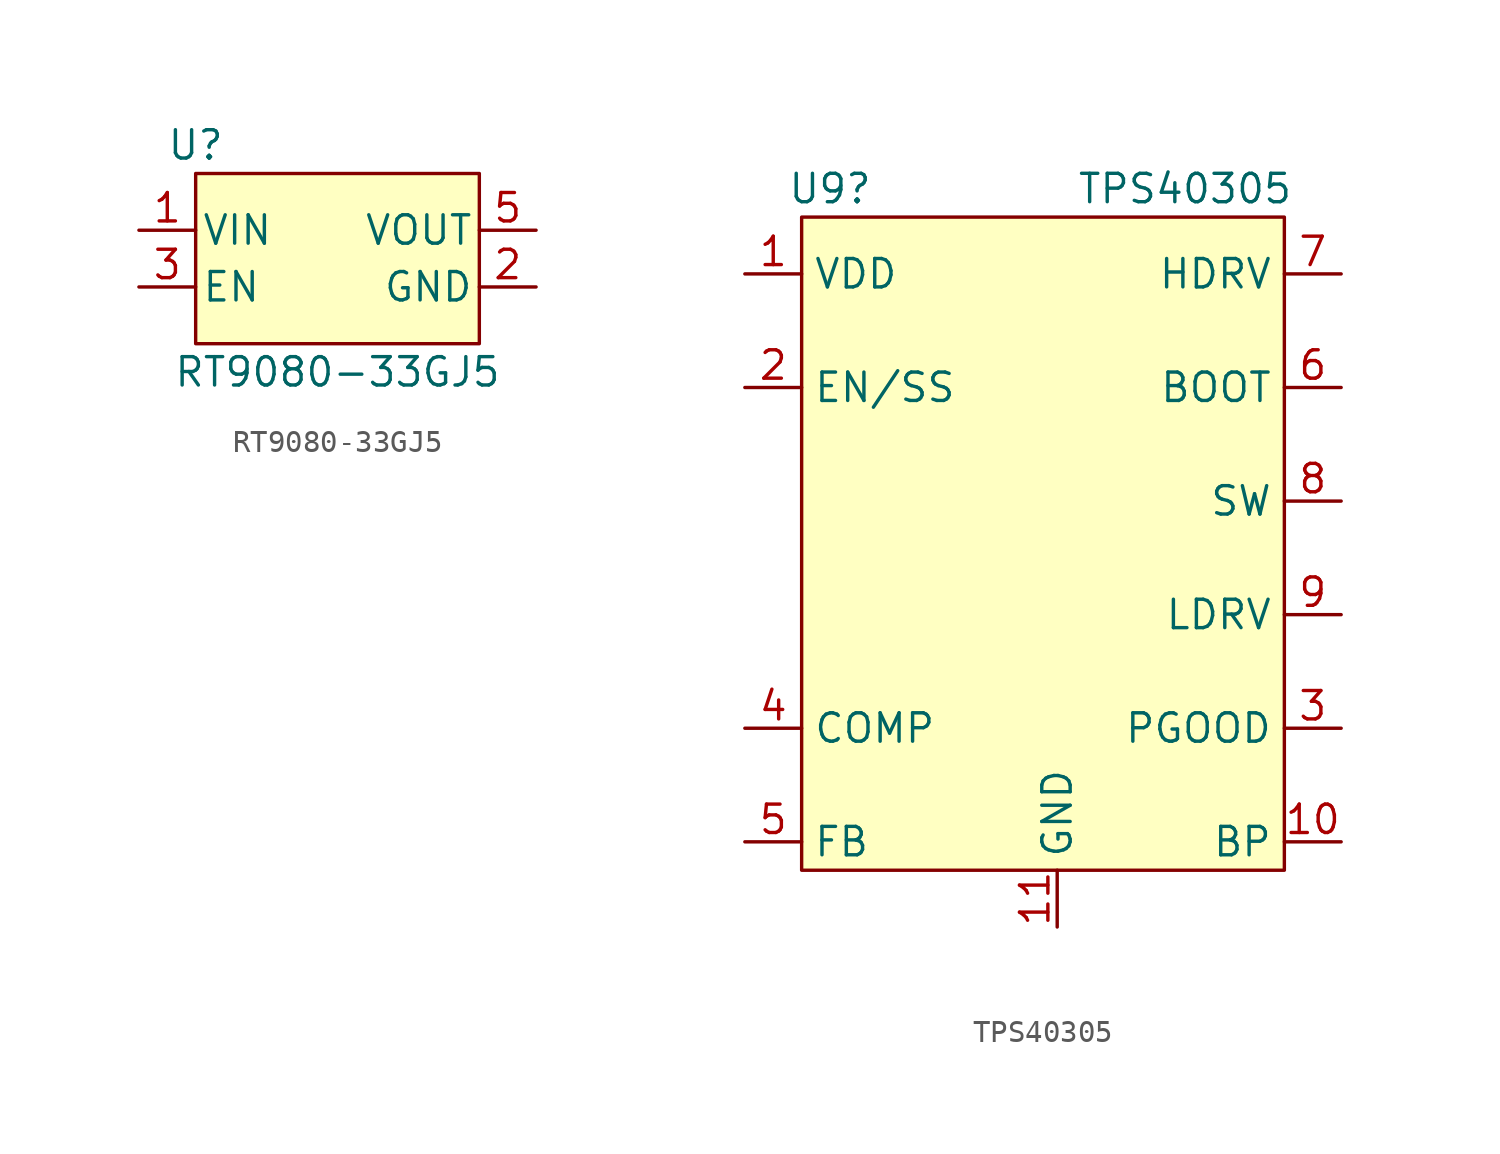
<source format=kicad_sym>
(kicad_symbol_lib
  (version 20220914)
  (generator kicad_symbol_editor)
  (symbol "RT9080-33GJ5"
    (pin_names
      (offset 0.254))
    (property "Reference" "U"
      (at -6.35 5.08 0)
      (effects (font (size 1.27 1.27))))
    (property "Value" "RT9080-33GJ5"
      (at 0 -5.08 0)
      (effects (font (size 1.27 1.27))))
    (property "Datasheet" ""
      (at -8.89 1.27 0)
      (effects (font (size 1.524 1.524))))
    (property "ki_locked" ""
      (at 0 0 0)
      (effects (font (size 1.27 1.27))))
    (symbol "RT9080-33GJ5_1_1"
      (rectangle (start -6.35 3.81) (end 6.35 -3.81) (stroke (width 0.152) (type default)) (fill (type background)))
      (pin power_in line (at -8.89 1.27 0) (length 2.54) (name "VIN" (effects (font (size 1.27 1.27)))) (number "1" (effects (font (size 1.27 1.27)))))
      (pin power_in line (at 8.89 -1.27 180) (length 2.54) (name "GND" (effects (font (size 1.27 1.27)))) (number "2" (effects (font (size 1.27 1.27)))))
      (pin input line (at -8.89 -1.27 0) (length 2.54) (name "EN" (effects (font (size 1.27 1.27)))) (number "3" (effects (font (size 1.27 1.27)))))
      (pin no_connect line (at 0 6.35 270) (length 2.54) hide (name "NC" (effects (font (size 1.27 1.27)))) (number "4" (effects (font (size 1.27 1.27)))))
      (pin output line (at 8.89 1.27 180) (length 2.54) (name "VOUT" (effects (font (size 1.27 1.27)))) (number "5" (effects (font (size 1.27 1.27)))))))
  (symbol "TPS40305"
    (property "Reference" "U9"
      (at -10.16 16.51 0)
      (effects (font (size 1.27 1.27))))
    (property "Value" "TPS40305"
      (at 5.715 16.51 0)
      (effects (font (size 1.27 1.27))))
    (symbol "TPS40305_0_1"
      (rectangle (start -11.43 15.24) (end 10.16 -13.97) (stroke (width 0.152) (type default)) (fill (type background))))
    (symbol "TPS40305_1_1"
      (pin input line (at -13.97 12.7 0) (length 2.54) (name "VDD" (effects (font (size 1.27 1.27)))) (number "1" (effects (font (size 1.27 1.27)))))
      (pin input line (at 12.7 -12.7 180) (length 2.54) (name "BP" (effects (font (size 1.27 1.27)))) (number "10" (effects (font (size 1.27 1.27)))))
      (pin input line (at 0 -16.51 90) (length 2.54) (name "GND" (effects (font (size 1.27 1.27)))) (number "11" (effects (font (size 1.27 1.27)))))
      (pin input line (at -13.97 7.62 0) (length 2.54) (name "EN/SS" (effects (font (size 1.27 1.27)))) (number "2" (effects (font (size 1.27 1.27)))))
      (pin input line (at 12.7 -7.62 180) (length 2.54) (name "PGOOD" (effects (font (size 1.27 1.27)))) (number "3" (effects (font (size 1.27 1.27)))))
      (pin input line (at -13.97 -7.62 0) (length 2.54) (name "COMP" (effects (font (size 1.27 1.27)))) (number "4" (effects (font (size 1.27 1.27)))))
      (pin input line (at -13.97 -12.7 0) (length 2.54) (name "FB" (effects (font (size 1.27 1.27)))) (number "5" (effects (font (size 1.27 1.27)))))
      (pin input line (at 12.7 7.62 180) (length 2.54) (name "BOOT" (effects (font (size 1.27 1.27)))) (number "6" (effects (font (size 1.27 1.27)))))
      (pin input line (at 12.7 12.7 180) (length 2.54) (name "HDRV" (effects (font (size 1.27 1.27)))) (number "7" (effects (font (size 1.27 1.27)))))
      (pin input line (at 12.7 2.54 180) (length 2.54) (name "SW" (effects (font (size 1.27 1.27)))) (number "8" (effects (font (size 1.27 1.27)))))
      (pin input line (at 12.7 -2.54 180) (length 2.54) (name "LDRV" (effects (font (size 1.27 1.27)))) (number "9" (effects (font (size 1.27 1.27))))))))
</source>
